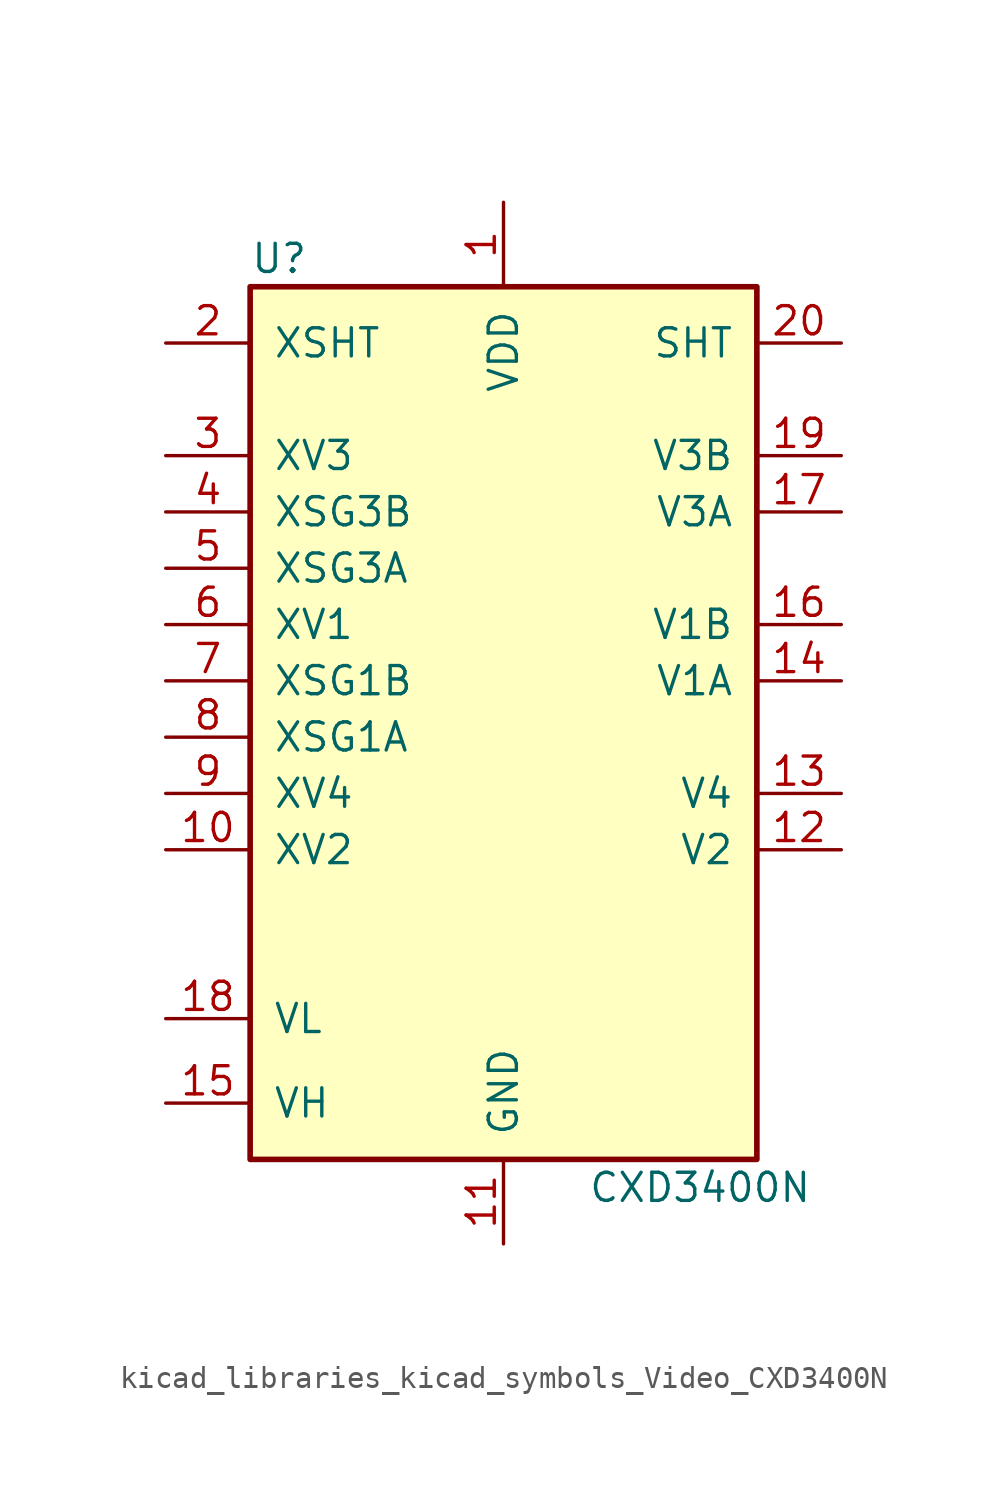
<source format=kicad_sym>
(kicad_symbol_lib
  (version 20220914)
  (generator kicad_symbol_editor)
  (symbol "kicad_libraries_kicad_symbols_Video_CXD3400N"
    (pin_names
      (offset 1.016))
    (property "Reference" "U"
      (at -11.43 21.59 0)
      (effects (font (size 1.27 1.27)) (justify left)))
    (property "Value" "CXD3400N"
      (at 3.81 -20.32 0)
      (effects (font (size 1.27 1.27)) (justify left)))
    (symbol "kicad_libraries_kicad_symbols_Video_CXD3400N_0_1"
      (rectangle (start 11.43 -19.05) (end -11.43 20.32) (stroke (width 0.254) (type default)) (fill (type background))))
    (symbol "kicad_libraries_kicad_symbols_Video_CXD3400N_1_1"
      (pin power_in line (at 0 24.13 270) (length 3.81) (name "VDD" (effects (font (size 1.27 1.27)))) (number "1" (effects (font (size 1.27 1.27)))))
      (pin input line (at -15.24 -5.08 0) (length 3.81) (name "XV2" (effects (font (size 1.27 1.27)))) (number "10" (effects (font (size 1.27 1.27)))))
      (pin power_in line (at 0 -22.86 90) (length 3.81) (name "GND" (effects (font (size 1.27 1.27)))) (number "11" (effects (font (size 1.27 1.27)))))
      (pin output line (at 15.24 -5.08 180) (length 3.81) (name "V2" (effects (font (size 1.27 1.27)))) (number "12" (effects (font (size 1.27 1.27)))))
      (pin output line (at 15.24 -2.54 180) (length 3.81) (name "V4" (effects (font (size 1.27 1.27)))) (number "13" (effects (font (size 1.27 1.27)))))
      (pin output line (at 15.24 2.54 180) (length 3.81) (name "V1A" (effects (font (size 1.27 1.27)))) (number "14" (effects (font (size 1.27 1.27)))))
      (pin power_in line (at -15.24 -16.51 0) (length 3.81) (name "VH" (effects (font (size 1.27 1.27)))) (number "15" (effects (font (size 1.27 1.27)))))
      (pin output line (at 15.24 5.08 180) (length 3.81) (name "V1B" (effects (font (size 1.27 1.27)))) (number "16" (effects (font (size 1.27 1.27)))))
      (pin output line (at 15.24 10.16 180) (length 3.81) (name "V3A" (effects (font (size 1.27 1.27)))) (number "17" (effects (font (size 1.27 1.27)))))
      (pin power_in line (at -15.24 -12.7 0) (length 3.81) (name "VL" (effects (font (size 1.27 1.27)))) (number "18" (effects (font (size 1.27 1.27)))))
      (pin output line (at 15.24 12.7 180) (length 3.81) (name "V3B" (effects (font (size 1.27 1.27)))) (number "19" (effects (font (size 1.27 1.27)))))
      (pin input line (at -15.24 17.78 0) (length 3.81) (name "XSHT" (effects (font (size 1.27 1.27)))) (number "2" (effects (font (size 1.27 1.27)))))
      (pin output line (at 15.24 17.78 180) (length 3.81) (name "SHT" (effects (font (size 1.27 1.27)))) (number "20" (effects (font (size 1.27 1.27)))))
      (pin input line (at -15.24 12.7 0) (length 3.81) (name "XV3" (effects (font (size 1.27 1.27)))) (number "3" (effects (font (size 1.27 1.27)))))
      (pin input line (at -15.24 10.16 0) (length 3.81) (name "XSG3B" (effects (font (size 1.27 1.27)))) (number "4" (effects (font (size 1.27 1.27)))))
      (pin input line (at -15.24 7.62 0) (length 3.81) (name "XSG3A" (effects (font (size 1.27 1.27)))) (number "5" (effects (font (size 1.27 1.27)))))
      (pin input line (at -15.24 5.08 0) (length 3.81) (name "XV1" (effects (font (size 1.27 1.27)))) (number "6" (effects (font (size 1.27 1.27)))))
      (pin input line (at -15.24 2.54 0) (length 3.81) (name "XSG1B" (effects (font (size 1.27 1.27)))) (number "7" (effects (font (size 1.27 1.27)))))
      (pin input line (at -15.24 0 0) (length 3.81) (name "XSG1A" (effects (font (size 1.27 1.27)))) (number "8" (effects (font (size 1.27 1.27)))))
      (pin input line (at -15.24 -2.54 0) (length 3.81) (name "XV4" (effects (font (size 1.27 1.27)))) (number "9" (effects (font (size 1.27 1.27))))))))
</source>
